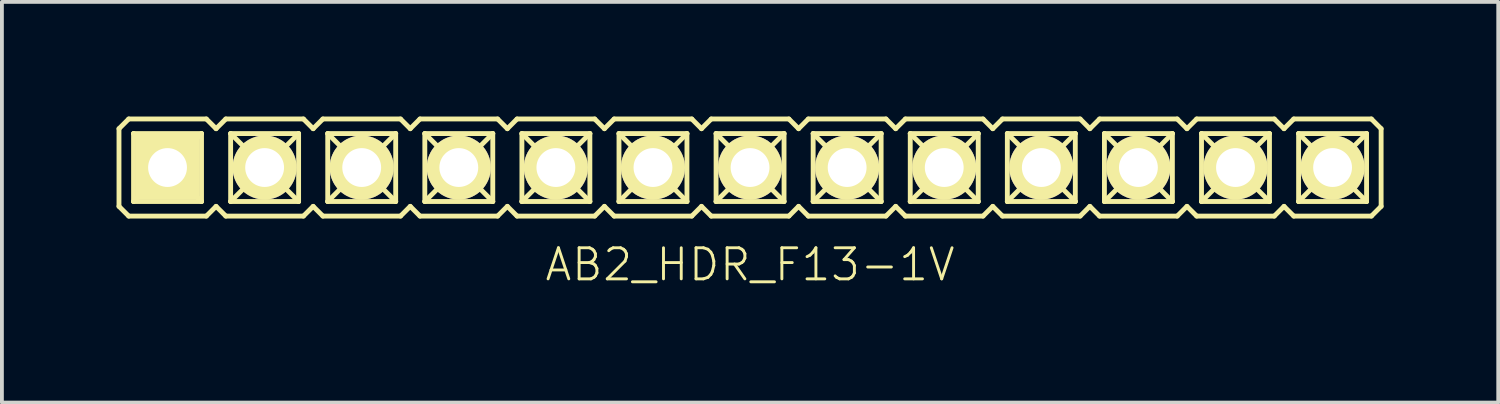
<source format=kicad_pcb>
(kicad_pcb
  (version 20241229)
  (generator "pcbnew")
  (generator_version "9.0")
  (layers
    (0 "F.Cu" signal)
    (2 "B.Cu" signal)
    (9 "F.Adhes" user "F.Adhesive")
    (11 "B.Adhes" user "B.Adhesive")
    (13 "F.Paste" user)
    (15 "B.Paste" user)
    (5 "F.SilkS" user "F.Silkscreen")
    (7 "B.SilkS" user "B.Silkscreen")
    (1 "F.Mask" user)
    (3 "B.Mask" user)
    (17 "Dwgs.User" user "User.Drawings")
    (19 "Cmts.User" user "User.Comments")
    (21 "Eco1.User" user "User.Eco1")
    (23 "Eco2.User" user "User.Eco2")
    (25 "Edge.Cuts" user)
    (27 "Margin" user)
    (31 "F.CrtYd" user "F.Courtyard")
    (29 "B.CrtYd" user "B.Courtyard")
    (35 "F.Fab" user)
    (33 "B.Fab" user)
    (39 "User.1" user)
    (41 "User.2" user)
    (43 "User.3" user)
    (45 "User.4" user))
  (footprint "AB2_HDR_F13-1V"
    (layer "F.Cu")
    (at 16.573 1.333)
    (property "Reference" "AB2_HDR_F13-1V" (at 0 2.54 0) (layer "F.SilkS") (effects (font (size 0.813 0.813) (thickness 0.076))))
    (attr through_hole)
    (fp_line (start -16.51 -1.016) (end -16.256 -1.27) (stroke (width 0.127) (type solid)) (layer "F.SilkS"))
    (fp_line (start -16.51 1.016) (end -16.51 -1.016) (stroke (width 0.127) (type solid)) (layer "F.SilkS"))
    (fp_line (start -16.256 -1.27) (end -14.224 -1.27) (stroke (width 0.127) (type solid)) (layer "F.SilkS"))
    (fp_line (start -16.256 1.27) (end -16.51 1.016) (stroke (width 0.127) (type solid)) (layer "F.SilkS"))
    (fp_line (start -16.129 -0.889) (end -14.351 -0.889) (stroke (width 0.127) (type solid)) (layer "F.SilkS"))
    (fp_line (start -16.129 0.889) (end -16.129 -0.889) (stroke (width 0.127) (type solid)) (layer "F.SilkS"))
    (fp_line (start -15.748 -0.508) (end -16.129 -0.889) (stroke (width 0.127) (type solid)) (layer "F.SilkS"))
    (fp_line (start -15.748 -0.508) (end -14.732 -0.508) (stroke (width 0.127) (type solid)) (layer "F.SilkS"))
    (fp_line (start -15.748 0.508) (end -16.129 0.889) (stroke (width 0.127) (type solid)) (layer "F.SilkS"))
    (fp_line (start -15.748 0.508) (end -15.748 -0.508) (stroke (width 0.127) (type solid)) (layer "F.SilkS"))
    (fp_line (start -14.732 -0.508) (end -14.732 0.508) (stroke (width 0.127) (type solid)) (layer "F.SilkS"))
    (fp_line (start -14.732 -0.508) (end -14.351 -0.889) (stroke (width 0.127) (type solid)) (layer "F.SilkS"))
    (fp_line (start -14.732 0.508) (end -15.748 0.508) (stroke (width 0.127) (type solid)) (layer "F.SilkS"))
    (fp_line (start -14.732 0.508) (end -14.351 0.889) (stroke (width 0.127) (type solid)) (layer "F.SilkS"))
    (fp_line (start -14.351 -0.889) (end -14.351 0.889) (stroke (width 0.127) (type solid)) (layer "F.SilkS"))
    (fp_line (start -14.351 0.889) (end -16.129 0.889) (stroke (width 0.127) (type solid)) (layer "F.SilkS"))
    (fp_line (start -14.224 -1.27) (end -13.97 -1.016) (stroke (width 0.127) (type solid)) (layer "F.SilkS"))
    (fp_line (start -14.224 1.27) (end -16.256 1.27) (stroke (width 0.127) (type solid)) (layer "F.SilkS"))
    (fp_line (start -13.97 -1.016) (end -13.716 -1.27) (stroke (width 0.127) (type solid)) (layer "F.SilkS"))
    (fp_line (start -13.97 1.016) (end -14.224 1.27) (stroke (width 0.127) (type solid)) (layer "F.SilkS"))
    (fp_line (start -13.716 -1.27) (end -11.684 -1.27) (stroke (width 0.127) (type solid)) (layer "F.SilkS"))
    (fp_line (start -13.716 1.27) (end -13.97 1.016) (stroke (width 0.127) (type solid)) (layer "F.SilkS"))
    (fp_line (start -13.589 -0.889) (end -11.811 -0.889) (stroke (width 0.127) (type solid)) (layer "F.SilkS"))
    (fp_line (start -13.589 0.889) (end -13.589 -0.889) (stroke (width 0.127) (type solid)) (layer "F.SilkS"))
    (fp_line (start -13.208 -0.508) (end -13.589 -0.889) (stroke (width 0.127) (type solid)) (layer "F.SilkS"))
    (fp_line (start -13.208 -0.508) (end -12.192 -0.508) (stroke (width 0.127) (type solid)) (layer "F.SilkS"))
    (fp_line (start -13.208 0.508) (end -13.589 0.889) (stroke (width 0.127) (type solid)) (layer "F.SilkS"))
    (fp_line (start -13.208 0.508) (end -13.208 -0.508) (stroke (width 0.127) (type solid)) (layer "F.SilkS"))
    (fp_line (start -12.192 -0.508) (end -12.192 0.508) (stroke (width 0.127) (type solid)) (layer "F.SilkS"))
    (fp_line (start -12.192 -0.508) (end -11.811 -0.889) (stroke (width 0.127) (type solid)) (layer "F.SilkS"))
    (fp_line (start -12.192 0.508) (end -13.208 0.508) (stroke (width 0.127) (type solid)) (layer "F.SilkS"))
    (fp_line (start -12.192 0.508) (end -11.811 0.889) (stroke (width 0.127) (type solid)) (layer "F.SilkS"))
    (fp_line (start -11.811 -0.889) (end -11.811 0.889) (stroke (width 0.127) (type solid)) (layer "F.SilkS"))
    (fp_line (start -11.811 0.889) (end -13.589 0.889) (stroke (width 0.127) (type solid)) (layer "F.SilkS"))
    (fp_line (start -11.684 -1.27) (end -11.43 -1.016) (stroke (width 0.127) (type solid)) (layer "F.SilkS"))
    (fp_line (start -11.684 1.27) (end -13.716 1.27) (stroke (width 0.127) (type solid)) (layer "F.SilkS"))
    (fp_line (start -11.43 -1.016) (end -11.176 -1.27) (stroke (width 0.127) (type solid)) (layer "F.SilkS"))
    (fp_line (start -11.43 1.016) (end -11.684 1.27) (stroke (width 0.127) (type solid)) (layer "F.SilkS"))
    (fp_line (start -11.176 -1.27) (end -9.144 -1.27) (stroke (width 0.127) (type solid)) (layer "F.SilkS"))
    (fp_line (start -11.176 1.27) (end -11.43 1.016) (stroke (width 0.127) (type solid)) (layer "F.SilkS"))
    (fp_line (start -11.049 -0.889) (end -9.271 -0.889) (stroke (width 0.127) (type solid)) (layer "F.SilkS"))
    (fp_line (start -11.049 0.889) (end -11.049 -0.889) (stroke (width 0.127) (type solid)) (layer "F.SilkS"))
    (fp_line (start -10.668 -0.508) (end -11.049 -0.889) (stroke (width 0.127) (type solid)) (layer "F.SilkS"))
    (fp_line (start -10.668 -0.508) (end -9.652 -0.508) (stroke (width 0.127) (type solid)) (layer "F.SilkS"))
    (fp_line (start -10.668 0.508) (end -11.049 0.889) (stroke (width 0.127) (type solid)) (layer "F.SilkS"))
    (fp_line (start -10.668 0.508) (end -10.668 -0.508) (stroke (width 0.127) (type solid)) (layer "F.SilkS"))
    (fp_line (start -9.652 -0.508) (end -9.652 0.508) (stroke (width 0.127) (type solid)) (layer "F.SilkS"))
    (fp_line (start -9.652 -0.508) (end -9.271 -0.889) (stroke (width 0.127) (type solid)) (layer "F.SilkS"))
    (fp_line (start -9.652 0.508) (end -10.668 0.508) (stroke (width 0.127) (type solid)) (layer "F.SilkS"))
    (fp_line (start -9.652 0.508) (end -9.271 0.889) (stroke (width 0.127) (type solid)) (layer "F.SilkS"))
    (fp_line (start -9.271 -0.889) (end -9.271 0.889) (stroke (width 0.127) (type solid)) (layer "F.SilkS"))
    (fp_line (start -9.271 0.889) (end -11.049 0.889) (stroke (width 0.127) (type solid)) (layer "F.SilkS"))
    (fp_line (start -9.144 -1.27) (end -8.89 -1.016) (stroke (width 0.127) (type solid)) (layer "F.SilkS"))
    (fp_line (start -9.144 1.27) (end -11.176 1.27) (stroke (width 0.127) (type solid)) (layer "F.SilkS"))
    (fp_line (start -8.89 -1.016) (end -8.636 -1.27) (stroke (width 0.127) (type solid)) (layer "F.SilkS"))
    (fp_line (start -8.89 1.016) (end -9.144 1.27) (stroke (width 0.127) (type solid)) (layer "F.SilkS"))
    (fp_line (start -8.636 -1.27) (end -6.604 -1.27) (stroke (width 0.127) (type solid)) (layer "F.SilkS"))
    (fp_line (start -8.636 1.27) (end -8.89 1.016) (stroke (width 0.127) (type solid)) (layer "F.SilkS"))
    (fp_line (start -8.509 -0.889) (end -6.731 -0.889) (stroke (width 0.127) (type solid)) (layer "F.SilkS"))
    (fp_line (start -8.509 0.889) (end -8.509 -0.889) (stroke (width 0.127) (type solid)) (layer "F.SilkS"))
    (fp_line (start -8.128 -0.508) (end -8.509 -0.889) (stroke (width 0.127) (type solid)) (layer "F.SilkS"))
    (fp_line (start -8.128 -0.508) (end -7.112 -0.508) (stroke (width 0.127) (type solid)) (layer "F.SilkS"))
    (fp_line (start -8.128 0.508) (end -8.509 0.889) (stroke (width 0.127) (type solid)) (layer "F.SilkS"))
    (fp_line (start -8.128 0.508) (end -8.128 -0.508) (stroke (width 0.127) (type solid)) (layer "F.SilkS"))
    (fp_line (start -7.112 -0.508) (end -7.112 0.508) (stroke (width 0.127) (type solid)) (layer "F.SilkS"))
    (fp_line (start -7.112 -0.508) (end -6.731 -0.889) (stroke (width 0.127) (type solid)) (layer "F.SilkS"))
    (fp_line (start -7.112 0.508) (end -8.128 0.508) (stroke (width 0.127) (type solid)) (layer "F.SilkS"))
    (fp_line (start -7.112 0.508) (end -6.731 0.889) (stroke (width 0.127) (type solid)) (layer "F.SilkS"))
    (fp_line (start -6.731 -0.889) (end -6.731 0.889) (stroke (width 0.127) (type solid)) (layer "F.SilkS"))
    (fp_line (start -6.731 0.889) (end -8.509 0.889) (stroke (width 0.127) (type solid)) (layer "F.SilkS"))
    (fp_line (start -6.604 -1.27) (end -6.35 -1.016) (stroke (width 0.127) (type solid)) (layer "F.SilkS"))
    (fp_line (start -6.604 1.27) (end -8.636 1.27) (stroke (width 0.127) (type solid)) (layer "F.SilkS"))
    (fp_line (start -6.35 -1.016) (end -6.096 -1.27) (stroke (width 0.127) (type solid)) (layer "F.SilkS"))
    (fp_line (start -6.35 1.016) (end -6.604 1.27) (stroke (width 0.127) (type solid)) (layer "F.SilkS"))
    (fp_line (start -6.096 -1.27) (end -4.064 -1.27) (stroke (width 0.127) (type solid)) (layer "F.SilkS"))
    (fp_line (start -6.096 1.27) (end -6.35 1.016) (stroke (width 0.127) (type solid)) (layer "F.SilkS"))
    (fp_line (start -5.969 -0.889) (end -4.191 -0.889) (stroke (width 0.127) (type solid)) (layer "F.SilkS"))
    (fp_line (start -5.969 0.889) (end -5.969 -0.889) (stroke (width 0.127) (type solid)) (layer "F.SilkS"))
    (fp_line (start -5.588 -0.508) (end -5.969 -0.889) (stroke (width 0.127) (type solid)) (layer "F.SilkS"))
    (fp_line (start -5.588 -0.508) (end -4.572 -0.508) (stroke (width 0.127) (type solid)) (layer "F.SilkS"))
    (fp_line (start -5.588 0.508) (end -5.969 0.889) (stroke (width 0.127) (type solid)) (layer "F.SilkS"))
    (fp_line (start -5.588 0.508) (end -5.588 -0.508) (stroke (width 0.127) (type solid)) (layer "F.SilkS"))
    (fp_line (start -4.572 -0.508) (end -4.572 0.508) (stroke (width 0.127) (type solid)) (layer "F.SilkS"))
    (fp_line (start -4.572 -0.508) (end -4.191 -0.889) (stroke (width 0.127) (type solid)) (layer "F.SilkS"))
    (fp_line (start -4.572 0.508) (end -5.588 0.508) (stroke (width 0.127) (type solid)) (layer "F.SilkS"))
    (fp_line (start -4.572 0.508) (end -4.191 0.889) (stroke (width 0.127) (type solid)) (layer "F.SilkS"))
    (fp_line (start -4.191 -0.889) (end -4.191 0.889) (stroke (width 0.127) (type solid)) (layer "F.SilkS"))
    (fp_line (start -4.191 0.889) (end -5.969 0.889) (stroke (width 0.127) (type solid)) (layer "F.SilkS"))
    (fp_line (start -4.064 -1.27) (end -3.81 -1.016) (stroke (width 0.127) (type solid)) (layer "F.SilkS"))
    (fp_line (start -4.064 1.27) (end -6.096 1.27) (stroke (width 0.127) (type solid)) (layer "F.SilkS"))
    (fp_line (start -3.81 -1.016) (end -3.556 -1.27) (stroke (width 0.127) (type solid)) (layer "F.SilkS"))
    (fp_line (start -3.81 1.016) (end -4.064 1.27) (stroke (width 0.127) (type solid)) (layer "F.SilkS"))
    (fp_line (start -3.556 -1.27) (end -1.524 -1.27) (stroke (width 0.127) (type solid)) (layer "F.SilkS"))
    (fp_line (start -3.556 1.27) (end -3.81 1.016) (stroke (width 0.127) (type solid)) (layer "F.SilkS"))
    (fp_line (start -3.429 -0.889) (end -1.651 -0.889) (stroke (width 0.127) (type solid)) (layer "F.SilkS"))
    (fp_line (start -3.429 0.889) (end -3.429 -0.889) (stroke (width 0.127) (type solid)) (layer "F.SilkS"))
    (fp_line (start -3.048 -0.508) (end -3.429 -0.889) (stroke (width 0.127) (type solid)) (layer "F.SilkS"))
    (fp_line (start -3.048 -0.508) (end -2.032 -0.508) (stroke (width 0.127) (type solid)) (layer "F.SilkS"))
    (fp_line (start -3.048 0.508) (end -3.429 0.889) (stroke (width 0.127) (type solid)) (layer "F.SilkS"))
    (fp_line (start -3.048 0.508) (end -3.048 -0.508) (stroke (width 0.127) (type solid)) (layer "F.SilkS"))
    (fp_line (start -2.032 -0.508) (end -2.032 0.508) (stroke (width 0.127) (type solid)) (layer "F.SilkS"))
    (fp_line (start -2.032 -0.508) (end -1.651 -0.889) (stroke (width 0.127) (type solid)) (layer "F.SilkS"))
    (fp_line (start -2.032 0.508) (end -3.048 0.508) (stroke (width 0.127) (type solid)) (layer "F.SilkS"))
    (fp_line (start -2.032 0.508) (end -1.651 0.889) (stroke (width 0.127) (type solid)) (layer "F.SilkS"))
    (fp_line (start -1.651 -0.889) (end -1.651 0.889) (stroke (width 0.127) (type solid)) (layer "F.SilkS"))
    (fp_line (start -1.651 0.889) (end -3.429 0.889) (stroke (width 0.127) (type solid)) (layer "F.SilkS"))
    (fp_line (start -1.524 -1.27) (end -1.27 -1.016) (stroke (width 0.127) (type solid)) (layer "F.SilkS"))
    (fp_line (start -1.524 1.27) (end -3.556 1.27) (stroke (width 0.127) (type solid)) (layer "F.SilkS"))
    (fp_line (start -1.27 -1.016) (end -1.016 -1.27) (stroke (width 0.127) (type solid)) (layer "F.SilkS"))
    (fp_line (start -1.27 1.016) (end -1.524 1.27) (stroke (width 0.127) (type solid)) (layer "F.SilkS"))
    (fp_line (start -1.016 -1.27) (end 1.016 -1.27) (stroke (width 0.127) (type solid)) (layer "F.SilkS"))
    (fp_line (start -1.016 1.27) (end -1.27 1.016) (stroke (width 0.127) (type solid)) (layer "F.SilkS"))
    (fp_line (start -0.889 -0.889) (end 0.889 -0.889) (stroke (width 0.127) (type solid)) (layer "F.SilkS"))
    (fp_line (start -0.889 0.889) (end -0.889 -0.889) (stroke (width 0.127) (type solid)) (layer "F.SilkS"))
    (fp_line (start -0.508 -0.508) (end -0.889 -0.889) (stroke (width 0.127) (type solid)) (layer "F.SilkS"))
    (fp_line (start -0.508 -0.508) (end 0.508 -0.508) (stroke (width 0.127) (type solid)) (layer "F.SilkS"))
    (fp_line (start -0.508 0.508) (end -0.889 0.889) (stroke (width 0.127) (type solid)) (layer "F.SilkS"))
    (fp_line (start -0.508 0.508) (end -0.508 -0.508) (stroke (width 0.127) (type solid)) (layer "F.SilkS"))
    (fp_line (start 0.508 -0.508) (end 0.508 0.508) (stroke (width 0.127) (type solid)) (layer "F.SilkS"))
    (fp_line (start 0.508 -0.508) (end 0.889 -0.889) (stroke (width 0.127) (type solid)) (layer "F.SilkS"))
    (fp_line (start 0.508 0.508) (end -0.508 0.508) (stroke (width 0.127) (type solid)) (layer "F.SilkS"))
    (fp_line (start 0.508 0.508) (end 0.889 0.889) (stroke (width 0.127) (type solid)) (layer "F.SilkS"))
    (fp_line (start 0.889 -0.889) (end 0.889 0.889) (stroke (width 0.127) (type solid)) (layer "F.SilkS"))
    (fp_line (start 0.889 0.889) (end -0.889 0.889) (stroke (width 0.127) (type solid)) (layer "F.SilkS"))
    (fp_line (start 1.016 -1.27) (end 1.27 -1.016) (stroke (width 0.127) (type solid)) (layer "F.SilkS"))
    (fp_line (start 1.016 1.27) (end -1.016 1.27) (stroke (width 0.127) (type solid)) (layer "F.SilkS"))
    (fp_line (start 1.27 -1.016) (end 1.524 -1.27) (stroke (width 0.127) (type solid)) (layer "F.SilkS"))
    (fp_line (start 1.27 1.016) (end 1.016 1.27) (stroke (width 0.127) (type solid)) (layer "F.SilkS"))
    (fp_line (start 1.524 -1.27) (end 3.556 -1.27) (stroke (width 0.127) (type solid)) (layer "F.SilkS"))
    (fp_line (start 1.524 1.27) (end 1.27 1.016) (stroke (width 0.127) (type solid)) (layer "F.SilkS"))
    (fp_line (start 1.651 -0.889) (end 3.429 -0.889) (stroke (width 0.127) (type solid)) (layer "F.SilkS"))
    (fp_line (start 1.651 0.889) (end 1.651 -0.889) (stroke (width 0.127) (type solid)) (layer "F.SilkS"))
    (fp_line (start 2.032 -0.508) (end 1.651 -0.889) (stroke (width 0.127) (type solid)) (layer "F.SilkS"))
    (fp_line (start 2.032 -0.508) (end 3.048 -0.508) (stroke (width 0.127) (type solid)) (layer "F.SilkS"))
    (fp_line (start 2.032 0.508) (end 1.651 0.889) (stroke (width 0.127) (type solid)) (layer "F.SilkS"))
    (fp_line (start 2.032 0.508) (end 2.032 -0.508) (stroke (width 0.127) (type solid)) (layer "F.SilkS"))
    (fp_line (start 3.048 -0.508) (end 3.048 0.508) (stroke (width 0.127) (type solid)) (layer "F.SilkS"))
    (fp_line (start 3.048 -0.508) (end 3.429 -0.889) (stroke (width 0.127) (type solid)) (layer "F.SilkS"))
    (fp_line (start 3.048 0.508) (end 2.032 0.508) (stroke (width 0.127) (type solid)) (layer "F.SilkS"))
    (fp_line (start 3.048 0.508) (end 3.429 0.889) (stroke (width 0.127) (type solid)) (layer "F.SilkS"))
    (fp_line (start 3.429 -0.889) (end 3.429 0.889) (stroke (width 0.127) (type solid)) (layer "F.SilkS"))
    (fp_line (start 3.429 0.889) (end 1.651 0.889) (stroke (width 0.127) (type solid)) (layer "F.SilkS"))
    (fp_line (start 3.556 -1.27) (end 3.81 -1.016) (stroke (width 0.127) (type solid)) (layer "F.SilkS"))
    (fp_line (start 3.556 1.27) (end 1.524 1.27) (stroke (width 0.127) (type solid)) (layer "F.SilkS"))
    (fp_line (start 3.81 -1.016) (end 4.064 -1.27) (stroke (width 0.127) (type solid)) (layer "F.SilkS"))
    (fp_line (start 3.81 1.016) (end 3.556 1.27) (stroke (width 0.127) (type solid)) (layer "F.SilkS"))
    (fp_line (start 4.064 -1.27) (end 6.096 -1.27) (stroke (width 0.127) (type solid)) (layer "F.SilkS"))
    (fp_line (start 4.064 1.27) (end 3.81 1.016) (stroke (width 0.127) (type solid)) (layer "F.SilkS"))
    (fp_line (start 4.191 -0.889) (end 5.969 -0.889) (stroke (width 0.127) (type solid)) (layer "F.SilkS"))
    (fp_line (start 4.191 0.889) (end 4.191 -0.889) (stroke (width 0.127) (type solid)) (layer "F.SilkS"))
    (fp_line (start 4.572 -0.508) (end 4.191 -0.889) (stroke (width 0.127) (type solid)) (layer "F.SilkS"))
    (fp_line (start 4.572 -0.508) (end 5.588 -0.508) (stroke (width 0.127) (type solid)) (layer "F.SilkS"))
    (fp_line (start 4.572 0.508) (end 4.191 0.889) (stroke (width 0.127) (type solid)) (layer "F.SilkS"))
    (fp_line (start 4.572 0.508) (end 4.572 -0.508) (stroke (width 0.127) (type solid)) (layer "F.SilkS"))
    (fp_line (start 5.588 -0.508) (end 5.588 0.508) (stroke (width 0.127) (type solid)) (layer "F.SilkS"))
    (fp_line (start 5.588 -0.508) (end 5.969 -0.889) (stroke (width 0.127) (type solid)) (layer "F.SilkS"))
    (fp_line (start 5.588 0.508) (end 4.572 0.508) (stroke (width 0.127) (type solid)) (layer "F.SilkS"))
    (fp_line (start 5.588 0.508) (end 5.969 0.889) (stroke (width 0.127) (type solid)) (layer "F.SilkS"))
    (fp_line (start 5.969 -0.889) (end 5.969 0.889) (stroke (width 0.127) (type solid)) (layer "F.SilkS"))
    (fp_line (start 5.969 0.889) (end 4.191 0.889) (stroke (width 0.127) (type solid)) (layer "F.SilkS"))
    (fp_line (start 6.096 -1.27) (end 6.35 -1.016) (stroke (width 0.127) (type solid)) (layer "F.SilkS"))
    (fp_line (start 6.096 1.27) (end 4.064 1.27) (stroke (width 0.127) (type solid)) (layer "F.SilkS"))
    (fp_line (start 6.35 -1.016) (end 6.604 -1.27) (stroke (width 0.127) (type solid)) (layer "F.SilkS"))
    (fp_line (start 6.35 1.016) (end 6.096 1.27) (stroke (width 0.127) (type solid)) (layer "F.SilkS"))
    (fp_line (start 6.604 -1.27) (end 8.636 -1.27) (stroke (width 0.127) (type solid)) (layer "F.SilkS"))
    (fp_line (start 6.604 1.27) (end 6.35 1.016) (stroke (width 0.127) (type solid)) (layer "F.SilkS"))
    (fp_line (start 6.731 -0.889) (end 8.509 -0.889) (stroke (width 0.127) (type solid)) (layer "F.SilkS"))
    (fp_line (start 6.731 0.889) (end 6.731 -0.889) (stroke (width 0.127) (type solid)) (layer "F.SilkS"))
    (fp_line (start 7.112 -0.508) (end 6.731 -0.889) (stroke (width 0.127) (type solid)) (layer "F.SilkS"))
    (fp_line (start 7.112 -0.508) (end 8.128 -0.508) (stroke (width 0.127) (type solid)) (layer "F.SilkS"))
    (fp_line (start 7.112 0.508) (end 6.731 0.889) (stroke (width 0.127) (type solid)) (layer "F.SilkS"))
    (fp_line (start 7.112 0.508) (end 7.112 -0.508) (stroke (width 0.127) (type solid)) (layer "F.SilkS"))
    (fp_line (start 8.128 -0.508) (end 8.128 0.508) (stroke (width 0.127) (type solid)) (layer "F.SilkS"))
    (fp_line (start 8.128 -0.508) (end 8.509 -0.889) (stroke (width 0.127) (type solid)) (layer "F.SilkS"))
    (fp_line (start 8.128 0.508) (end 7.112 0.508) (stroke (width 0.127) (type solid)) (layer "F.SilkS"))
    (fp_line (start 8.128 0.508) (end 8.509 0.889) (stroke (width 0.127) (type solid)) (layer "F.SilkS"))
    (fp_line (start 8.509 -0.889) (end 8.509 0.889) (stroke (width 0.127) (type solid)) (layer "F.SilkS"))
    (fp_line (start 8.509 0.889) (end 6.731 0.889) (stroke (width 0.127) (type solid)) (layer "F.SilkS"))
    (fp_line (start 8.636 -1.27) (end 8.89 -1.016) (stroke (width 0.127) (type solid)) (layer "F.SilkS"))
    (fp_line (start 8.636 1.27) (end 6.604 1.27) (stroke (width 0.127) (type solid)) (layer "F.SilkS"))
    (fp_line (start 8.89 -1.016) (end 9.144 -1.27) (stroke (width 0.127) (type solid)) (layer "F.SilkS"))
    (fp_line (start 8.89 1.016) (end 8.636 1.27) (stroke (width 0.127) (type solid)) (layer "F.SilkS"))
    (fp_line (start 9.144 -1.27) (end 11.176 -1.27) (stroke (width 0.127) (type solid)) (layer "F.SilkS"))
    (fp_line (start 9.144 1.27) (end 8.89 1.016) (stroke (width 0.127) (type solid)) (layer "F.SilkS"))
    (fp_line (start 9.271 -0.889) (end 11.049 -0.889) (stroke (width 0.127) (type solid)) (layer "F.SilkS"))
    (fp_line (start 9.271 0.889) (end 9.271 -0.889) (stroke (width 0.127) (type solid)) (layer "F.SilkS"))
    (fp_line (start 9.652 -0.508) (end 9.271 -0.889) (stroke (width 0.127) (type solid)) (layer "F.SilkS"))
    (fp_line (start 9.652 -0.508) (end 10.668 -0.508) (stroke (width 0.127) (type solid)) (layer "F.SilkS"))
    (fp_line (start 9.652 0.508) (end 9.271 0.889) (stroke (width 0.127) (type solid)) (layer "F.SilkS"))
    (fp_line (start 9.652 0.508) (end 9.652 -0.508) (stroke (width 0.127) (type solid)) (layer "F.SilkS"))
    (fp_line (start 10.668 -0.508) (end 10.668 0.508) (stroke (width 0.127) (type solid)) (layer "F.SilkS"))
    (fp_line (start 10.668 -0.508) (end 11.049 -0.889) (stroke (width 0.127) (type solid)) (layer "F.SilkS"))
    (fp_line (start 10.668 0.508) (end 9.652 0.508) (stroke (width 0.127) (type solid)) (layer "F.SilkS"))
    (fp_line (start 10.668 0.508) (end 11.049 0.889) (stroke (width 0.127) (type solid)) (layer "F.SilkS"))
    (fp_line (start 11.049 -0.889) (end 11.049 0.889) (stroke (width 0.127) (type solid)) (layer "F.SilkS"))
    (fp_line (start 11.049 0.889) (end 9.271 0.889) (stroke (width 0.127) (type solid)) (layer "F.SilkS"))
    (fp_line (start 11.176 -1.27) (end 11.43 -1.016) (stroke (width 0.127) (type solid)) (layer "F.SilkS"))
    (fp_line (start 11.176 1.27) (end 9.144 1.27) (stroke (width 0.127) (type solid)) (layer "F.SilkS"))
    (fp_line (start 11.43 -1.016) (end 11.684 -1.27) (stroke (width 0.127) (type solid)) (layer "F.SilkS"))
    (fp_line (start 11.43 1.016) (end 11.176 1.27) (stroke (width 0.127) (type solid)) (layer "F.SilkS"))
    (fp_line (start 11.684 -1.27) (end 13.716 -1.27) (stroke (width 0.127) (type solid)) (layer "F.SilkS"))
    (fp_line (start 11.684 1.27) (end 11.43 1.016) (stroke (width 0.127) (type solid)) (layer "F.SilkS"))
    (fp_line (start 11.811 -0.889) (end 13.589 -0.889) (stroke (width 0.127) (type solid)) (layer "F.SilkS"))
    (fp_line (start 11.811 0.889) (end 11.811 -0.889) (stroke (width 0.127) (type solid)) (layer "F.SilkS"))
    (fp_line (start 12.192 -0.508) (end 11.811 -0.889) (stroke (width 0.127) (type solid)) (layer "F.SilkS"))
    (fp_line (start 12.192 -0.508) (end 13.208 -0.508) (stroke (width 0.127) (type solid)) (layer "F.SilkS"))
    (fp_line (start 12.192 0.508) (end 11.811 0.889) (stroke (width 0.127) (type solid)) (layer "F.SilkS"))
    (fp_line (start 12.192 0.508) (end 12.192 -0.508) (stroke (width 0.127) (type solid)) (layer "F.SilkS"))
    (fp_line (start 13.208 -0.508) (end 13.208 0.508) (stroke (width 0.127) (type solid)) (layer "F.SilkS"))
    (fp_line (start 13.208 -0.508) (end 13.589 -0.889) (stroke (width 0.127) (type solid)) (layer "F.SilkS"))
    (fp_line (start 13.208 0.508) (end 12.192 0.508) (stroke (width 0.127) (type solid)) (layer "F.SilkS"))
    (fp_line (start 13.208 0.508) (end 13.589 0.889) (stroke (width 0.127) (type solid)) (layer "F.SilkS"))
    (fp_line (start 13.589 -0.889) (end 13.589 0.889) (stroke (width 0.127) (type solid)) (layer "F.SilkS"))
    (fp_line (start 13.589 0.889) (end 11.811 0.889) (stroke (width 0.127) (type solid)) (layer "F.SilkS"))
    (fp_line (start 13.716 -1.27) (end 13.97 -1.016) (stroke (width 0.127) (type solid)) (layer "F.SilkS"))
    (fp_line (start 13.716 1.27) (end 11.684 1.27) (stroke (width 0.127) (type solid)) (layer "F.SilkS"))
    (fp_line (start 13.97 -1.016) (end 14.224 -1.27) (stroke (width 0.127) (type solid)) (layer "F.SilkS"))
    (fp_line (start 13.97 1.016) (end 13.716 1.27) (stroke (width 0.127) (type solid)) (layer "F.SilkS"))
    (fp_line (start 14.224 -1.27) (end 16.256 -1.27) (stroke (width 0.127) (type solid)) (layer "F.SilkS"))
    (fp_line (start 14.224 1.27) (end 13.97 1.016) (stroke (width 0.127) (type solid)) (layer "F.SilkS"))
    (fp_line (start 14.351 -0.889) (end 16.129 -0.889) (stroke (width 0.127) (type solid)) (layer "F.SilkS"))
    (fp_line (start 14.351 0.889) (end 14.351 -0.889) (stroke (width 0.127) (type solid)) (layer "F.SilkS"))
    (fp_line (start 14.732 -0.508) (end 14.351 -0.889) (stroke (width 0.127) (type solid)) (layer "F.SilkS"))
    (fp_line (start 14.732 -0.508) (end 15.748 -0.508) (stroke (width 0.127) (type solid)) (layer "F.SilkS"))
    (fp_line (start 14.732 0.508) (end 14.351 0.889) (stroke (width 0.127) (type solid)) (layer "F.SilkS"))
    (fp_line (start 14.732 0.508) (end 14.732 -0.508) (stroke (width 0.127) (type solid)) (layer "F.SilkS"))
    (fp_line (start 15.748 -0.508) (end 15.748 0.508) (stroke (width 0.127) (type solid)) (layer "F.SilkS"))
    (fp_line (start 15.748 -0.508) (end 16.129 -0.889) (stroke (width 0.127) (type solid)) (layer "F.SilkS"))
    (fp_line (start 15.748 0.508) (end 14.732 0.508) (stroke (width 0.127) (type solid)) (layer "F.SilkS"))
    (fp_line (start 15.748 0.508) (end 16.129 0.889) (stroke (width 0.127) (type solid)) (layer "F.SilkS"))
    (fp_line (start 16.129 -0.889) (end 16.129 0.889) (stroke (width 0.127) (type solid)) (layer "F.SilkS"))
    (fp_line (start 16.129 0.889) (end 14.351 0.889) (stroke (width 0.127) (type solid)) (layer "F.SilkS"))
    (fp_line (start 16.256 -1.27) (end 16.51 -1.016) (stroke (width 0.127) (type solid)) (layer "F.SilkS"))
    (fp_line (start 16.256 1.27) (end 14.224 1.27) (stroke (width 0.127) (type solid)) (layer "F.SilkS"))
    (fp_line (start 16.51 -1.016) (end 16.51 1.016) (stroke (width 0.127) (type solid)) (layer "F.SilkS"))
    (fp_line (start 16.51 1.016) (end 16.256 1.27) (stroke (width 0.127) (type solid)) (layer "F.SilkS"))
    (pad "1" thru_hole rect (at -15.24 0) (size 1.676 1.676) (drill 1.016) (layers "*.Cu" "*.Mask" "F.SilkS"))
    (pad "2" thru_hole circle (at -12.7 0) (size 1.676 1.676) (drill 1.016) (layers "*.Cu" "*.Mask" "F.SilkS"))
    (pad "3" thru_hole circle (at -10.16 0) (size 1.676 1.676) (drill 1.016) (layers "*.Cu" "*.Mask" "F.SilkS"))
    (pad "4" thru_hole circle (at -7.62 0) (size 1.676 1.676) (drill 1.016) (layers "*.Cu" "*.Mask" "F.SilkS"))
    (pad "5" thru_hole circle (at -5.08 0) (size 1.676 1.676) (drill 1.016) (layers "*.Cu" "*.Mask" "F.SilkS"))
    (pad "6" thru_hole circle (at -2.54 0) (size 1.676 1.676) (drill 1.016) (layers "*.Cu" "*.Mask" "F.SilkS"))
    (pad "7" thru_hole circle (at 0 0) (size 1.676 1.676) (drill 1.016) (layers "*.Cu" "*.Mask" "F.SilkS"))
    (pad "8" thru_hole circle (at 2.54 0) (size 1.676 1.676) (drill 1.016) (layers "*.Cu" "*.Mask" "F.SilkS"))
    (pad "9" thru_hole circle (at 5.08 0) (size 1.676 1.676) (drill 1.016) (layers "*.Cu" "*.Mask" "F.SilkS"))
    (pad "10" thru_hole circle (at 7.62 0) (size 1.676 1.676) (drill 1.016) (layers "*.Cu" "*.Mask" "F.SilkS"))
    (pad "11" thru_hole circle (at 10.16 0) (size 1.676 1.676) (drill 1.016) (layers "*.Cu" "*.Mask" "F.SilkS"))
    (pad "12" thru_hole circle (at 12.7 0) (size 1.676 1.676) (drill 1.016) (layers "*.Cu" "*.Mask" "F.SilkS"))
    (pad "13" thru_hole circle (at 15.24 0) (size 1.676 1.676) (drill 1.016) (layers "*.Cu" "*.Mask" "F.SilkS")))
  (gr_rect
    (start -3 -3)
    (end 36.147 7.483)
    (stroke (width 0.1) (type default))
    (fill no)
    (layer "Edge.Cuts")))
</source>
